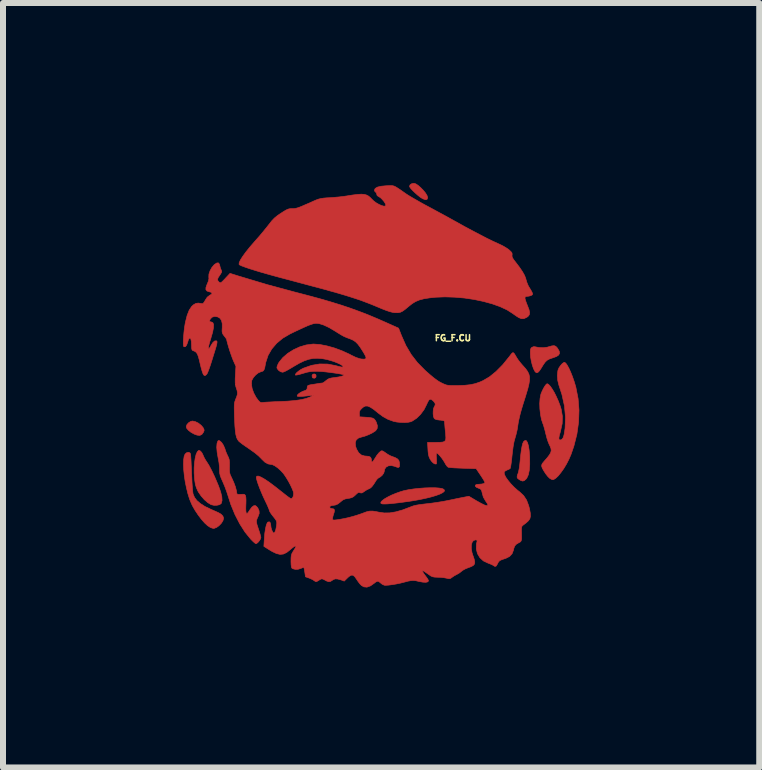
<source format=kicad_pcb>
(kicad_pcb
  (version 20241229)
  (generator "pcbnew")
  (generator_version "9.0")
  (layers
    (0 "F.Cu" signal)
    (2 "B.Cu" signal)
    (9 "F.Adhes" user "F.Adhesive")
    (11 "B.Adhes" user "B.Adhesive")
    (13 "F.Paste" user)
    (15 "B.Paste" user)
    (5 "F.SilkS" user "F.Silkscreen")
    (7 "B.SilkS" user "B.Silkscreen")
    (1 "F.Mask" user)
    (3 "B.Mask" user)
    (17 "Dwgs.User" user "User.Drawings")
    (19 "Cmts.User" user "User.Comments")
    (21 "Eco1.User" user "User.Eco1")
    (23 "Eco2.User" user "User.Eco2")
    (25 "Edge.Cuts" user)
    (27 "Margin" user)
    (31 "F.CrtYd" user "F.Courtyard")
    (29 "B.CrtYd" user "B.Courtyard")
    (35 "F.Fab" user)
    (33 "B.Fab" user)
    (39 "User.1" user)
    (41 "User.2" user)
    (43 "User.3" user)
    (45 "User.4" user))
  (footprint "FG_F.CU"
    (layer "F.Cu")
    (at 3.254 4.437)
    (property "Reference" "FG_F.CU" (at 1.245 -1.854 0) (layer "F.SilkS") (effects (font (size 0.1 0.1) (thickness 0.025))))
    (attr board_only exclude_from_pos_files exclude_from_bom)
    (fp_poly (pts (xy -1.041 -1.244) (xy -1.035 -1.219) (xy -1.042 -1.193) (xy -1.064 -1.183) (xy -1.09 -1.188) (xy -1.1 -1.199) (xy -1.103 -1.231) (xy -1.088 -1.251) (xy -1.064 -1.255) (xy -1.041 -1.244)) (stroke (width 0.01) (type solid)) (fill yes) (layer "F.Cu"))
    (fp_poly (pts (xy -3.049 -0.46) (xy -2.998 -0.435) (xy -2.952 -0.399) (xy -2.921 -0.363) (xy -2.905 -0.333) (xy -2.902 -0.311) (xy -2.911 -0.287) (xy -2.914 -0.282) (xy -2.94 -0.246) (xy -2.975 -0.23) (xy -3.02 -0.235) (xy -3.067 -0.252) (xy -3.121 -0.282) (xy -3.164 -0.316) (xy -3.192 -0.349) (xy -3.2 -0.374) (xy -3.189 -0.409) (xy -3.161 -0.441) (xy -3.124 -0.464) (xy -3.095 -0.47) (xy -3.049 -0.46)) (stroke (width 0.01) (type solid)) (fill yes) (layer "F.Cu"))
    (fp_poly (pts (xy 0.625 -4.423) (xy 0.665 -4.397) (xy 0.708 -4.359) (xy 0.75 -4.316) (xy 0.787 -4.271) (xy 0.813 -4.229) (xy 0.823 -4.195) (xy 0.823 -4.189) (xy 0.813 -4.164) (xy 0.789 -4.158) (xy 0.75 -4.171) (xy 0.734 -4.179) (xy 0.699 -4.201) (xy 0.658 -4.234) (xy 0.615 -4.272) (xy 0.575 -4.31) (xy 0.543 -4.345) (xy 0.524 -4.372) (xy 0.521 -4.383) (xy 0.532 -4.408) (xy 0.56 -4.426) (xy 0.594 -4.432) (xy 0.625 -4.423)) (stroke (width 0.01) (type solid)) (fill yes) (layer "F.Cu"))
    (fp_poly (pts (xy 2.47 -0.141) (xy 2.488 -0.11) (xy 2.503 -0.058) (xy 2.515 0.017) (xy 2.523 0.111) (xy 2.524 0.134) (xy 2.525 0.251) (xy 2.518 0.348) (xy 2.502 0.425) (xy 2.477 0.48) (xy 2.463 0.498) (xy 2.433 0.524) (xy 2.407 0.531) (xy 2.375 0.521) (xy 2.353 0.508) (xy 2.325 0.488) (xy 2.314 0.466) (xy 2.318 0.436) (xy 2.331 0.401) (xy 2.34 0.369) (xy 2.35 0.319) (xy 2.358 0.259) (xy 2.363 0.212) (xy 2.374 0.101) (xy 2.385 0.014) (xy 2.397 -0.052) (xy 2.409 -0.098) (xy 2.423 -0.127) (xy 2.425 -0.13) (xy 2.449 -0.147) (xy 2.47 -0.141)) (stroke (width 0.01) (type solid)) (fill yes) (layer "F.Cu"))
    (fp_poly (pts (xy 0.945 0.642) (xy 1.013 0.647) (xy 1.063 0.655) (xy 1.083 0.663) (xy 1.104 0.681) (xy 1.101 0.701) (xy 1.076 0.723) (xy 1.031 0.746) (xy 0.967 0.77) (xy 0.887 0.794) (xy 0.79 0.818) (xy 0.681 0.841) (xy 0.559 0.862) (xy 0.426 0.881) (xy 0.318 0.895) (xy 0.226 0.905) (xy 0.157 0.911) (xy 0.107 0.913) (xy 0.073 0.912) (xy 0.053 0.907) (xy 0.043 0.899) (xy 0.045 0.88) (xy 0.068 0.855) (xy 0.107 0.826) (xy 0.161 0.795) (xy 0.224 0.764) (xy 0.294 0.735) (xy 0.367 0.709) (xy 0.427 0.691) (xy 0.503 0.675) (xy 0.59 0.662) (xy 0.682 0.652) (xy 0.775 0.645) (xy 0.864 0.642) (xy 0.945 0.642)) (stroke (width 0.01) (type solid)) (fill yes) (layer "F.Cu"))
    (fp_poly (pts (xy 2.959 -1.715) (xy 2.983 -1.69) (xy 2.99 -1.68) (xy 3.016 -1.635) (xy 3.022 -1.599) (xy 3.007 -1.57) (xy 2.97 -1.545) (xy 2.909 -1.523) (xy 2.894 -1.518) (xy 2.849 -1.502) (xy 2.812 -1.481) (xy 2.78 -1.449) (xy 2.747 -1.402) (xy 2.72 -1.357) (xy 2.687 -1.307) (xy 2.661 -1.28) (xy 2.639 -1.274) (xy 2.617 -1.289) (xy 2.611 -1.298) (xy 2.589 -1.34) (xy 2.568 -1.4) (xy 2.551 -1.468) (xy 2.539 -1.537) (xy 2.535 -1.59) (xy 2.535 -1.639) (xy 2.539 -1.669) (xy 2.549 -1.687) (xy 2.559 -1.697) (xy 2.589 -1.709) (xy 2.61 -1.708) (xy 2.679 -1.695) (xy 2.752 -1.692) (xy 2.819 -1.701) (xy 2.839 -1.707) (xy 2.893 -1.722) (xy 2.931 -1.726) (xy 2.959 -1.715)) (stroke (width 0.01) (type solid)) (fill yes) (layer "F.Cu"))
    (fp_poly (pts (xy -2.978 0.022) (xy -2.963 0.031) (xy -2.941 0.056) (xy -2.922 0.092) (xy -2.92 0.098) (xy -2.903 0.136) (xy -2.878 0.181) (xy -2.863 0.203) (xy -2.822 0.268) (xy -2.776 0.355) (xy -2.726 0.46) (xy -2.676 0.578) (xy -2.662 0.611) (xy -2.627 0.71) (xy -2.607 0.791) (xy -2.603 0.853) (xy -2.614 0.898) (xy -2.62 0.907) (xy -2.647 0.925) (xy -2.688 0.934) (xy -2.737 0.935) (xy -2.782 0.925) (xy -2.791 0.921) (xy -2.843 0.889) (xy -2.898 0.841) (xy -2.95 0.782) (xy -2.994 0.719) (xy -3.009 0.692) (xy -3.032 0.639) (xy -3.048 0.586) (xy -3.058 0.522) (xy -3.062 0.486) (xy -3.068 0.398) (xy -3.068 0.31) (xy -3.062 0.225) (xy -3.051 0.149) (xy -3.036 0.087) (xy -3.017 0.045) (xy -3.012 0.038) (xy -2.994 0.02) (xy -2.978 0.022)) (stroke (width 0.01) (type solid)) (fill yes) (layer "F.Cu"))
    (fp_poly (pts (xy -3.14 0.06) (xy -3.131 0.073) (xy -3.127 0.092) (xy -3.124 0.132) (xy -3.12 0.19) (xy -3.117 0.261) (xy -3.113 0.343) (xy -3.111 0.394) (xy -3.107 0.482) (xy -3.103 0.564) (xy -3.098 0.637) (xy -3.093 0.695) (xy -3.088 0.734) (xy -3.086 0.746) (xy -3.062 0.803) (xy -3.022 0.856) (xy -2.965 0.905) (xy -2.888 0.954) (xy -2.788 1.002) (xy -2.729 1.028) (xy -2.662 1.058) (xy -2.617 1.085) (xy -2.59 1.113) (xy -2.579 1.143) (xy -2.578 1.156) (xy -2.589 1.193) (xy -2.616 1.235) (xy -2.654 1.274) (xy -2.695 1.304) (xy -2.735 1.319) (xy -2.746 1.32) (xy -2.768 1.315) (xy -2.8 1.303) (xy -2.8 1.303) (xy -2.843 1.275) (xy -2.893 1.229) (xy -2.946 1.169) (xy -3 1.098) (xy -3.051 1.022) (xy -3.096 0.944) (xy -3.112 0.91) (xy -3.144 0.833) (xy -3.172 0.743) (xy -3.196 0.645) (xy -3.217 0.544) (xy -3.232 0.442) (xy -3.242 0.345) (xy -3.246 0.256) (xy -3.244 0.18) (xy -3.235 0.119) (xy -3.22 0.082) (xy -3.195 0.059) (xy -3.165 0.051) (xy -3.14 0.06)) (stroke (width 0.01) (type solid)) (fill yes) (layer "F.Cu"))
    (fp_poly (pts (xy -2.641 -0.139) (xy -2.61 -0.112) (xy -2.58 -0.066) (xy -2.556 -0.01) (xy -2.551 0.006) (xy -2.537 0.048) (xy -2.516 0.096) (xy -2.507 0.114) (xy -2.492 0.147) (xy -2.483 0.178) (xy -2.479 0.217) (xy -2.479 0.27) (xy -2.479 0.287) (xy -2.48 0.344) (xy -2.477 0.384) (xy -2.47 0.417) (xy -2.455 0.451) (xy -2.443 0.476) (xy -2.408 0.553) (xy -2.38 0.628) (xy -2.363 0.694) (xy -2.36 0.718) (xy -2.356 0.74) (xy -2.347 0.75) (xy -2.326 0.753) (xy -2.289 0.752) (xy -2.25 0.75) (xy -2.228 0.754) (xy -2.216 0.767) (xy -2.211 0.779) (xy -2.206 0.806) (xy -2.204 0.85) (xy -2.205 0.903) (xy -2.206 0.924) (xy -2.208 0.985) (xy -2.206 1.032) (xy -2.201 1.06) (xy -2.2 1.061) (xy -2.192 1.071) (xy -2.181 1.068) (xy -2.165 1.049) (xy -2.141 1.012) (xy -2.105 0.964) (xy -2.073 0.941) (xy -2.044 0.941) (xy -2.017 0.966) (xy -2.006 0.981) (xy -1.986 1.027) (xy -1.984 1.07) (xy -2.002 1.12) (xy -2.007 1.13) (xy -2.021 1.162) (xy -2.029 1.189) (xy -2.029 1.218) (xy -2.021 1.256) (xy -2.004 1.308) (xy -1.994 1.338) (xy -1.977 1.389) (xy -1.964 1.434) (xy -1.957 1.465) (xy -1.956 1.472) (xy -1.964 1.498) (xy -1.984 1.529) (xy -2.008 1.557) (xy -2.031 1.573) (xy -2.038 1.575) (xy -2.054 1.566) (xy -2.081 1.543) (xy -2.115 1.509) (xy -2.125 1.499) (xy -2.22 1.382) (xy -2.308 1.244) (xy -2.388 1.089) (xy -2.457 0.921) (xy -2.502 0.781) (xy -2.525 0.71) (xy -2.553 0.633) (xy -2.583 0.561) (xy -2.593 0.538) (xy -2.618 0.482) (xy -2.634 0.439) (xy -2.642 0.402) (xy -2.645 0.362) (xy -2.645 0.343) (xy -2.647 0.29) (xy -2.654 0.225) (xy -2.665 0.161) (xy -2.668 0.149) (xy -2.685 0.051) (xy -2.692 -0.032) (xy -2.687 -0.096) (xy -2.68 -0.12) (xy -2.668 -0.143) (xy -2.653 -0.145) (xy -2.641 -0.139)) (stroke (width 0.01) (type solid)) (fill yes) (layer "F.Cu"))
    (fp_poly (pts (xy 3.124 -1.436) (xy 3.148 -1.403) (xy 3.176 -1.353) (xy 3.206 -1.288) (xy 3.236 -1.213) (xy 3.265 -1.13) (xy 3.291 -1.043) (xy 3.295 -1.026) (xy 3.331 -0.842) (xy 3.346 -0.649) (xy 3.339 -0.451) (xy 3.311 -0.251) (xy 3.261 -0.053) (xy 3.214 0.084) (xy 3.179 0.166) (xy 3.138 0.246) (xy 3.093 0.321) (xy 3.046 0.387) (xy 3.001 0.443) (xy 2.959 0.483) (xy 2.924 0.505) (xy 2.909 0.508) (xy 2.883 0.5) (xy 2.855 0.483) (xy 2.826 0.454) (xy 2.792 0.411) (xy 2.761 0.363) (xy 2.736 0.319) (xy 2.725 0.289) (xy 2.724 0.264) (xy 2.734 0.239) (xy 2.76 0.207) (xy 2.766 0.2) (xy 2.818 0.14) (xy 2.854 0.093) (xy 2.875 0.055) (xy 2.883 0.021) (xy 2.878 -0.014) (xy 2.862 -0.054) (xy 2.85 -0.078) (xy 2.832 -0.121) (xy 2.813 -0.178) (xy 2.797 -0.24) (xy 2.792 -0.258) (xy 2.778 -0.317) (xy 2.762 -0.374) (xy 2.748 -0.418) (xy 2.743 -0.429) (xy 2.72 -0.497) (xy 2.704 -0.581) (xy 2.694 -0.672) (xy 2.691 -0.763) (xy 2.697 -0.846) (xy 2.71 -0.914) (xy 2.712 -0.921) (xy 2.731 -0.967) (xy 2.754 -1.014) (xy 2.778 -1.054) (xy 2.8 -1.082) (xy 2.815 -1.092) (xy 2.838 -1.081) (xy 2.868 -1.049) (xy 2.901 -1.001) (xy 2.937 -0.941) (xy 2.971 -0.871) (xy 3.004 -0.797) (xy 3.032 -0.722) (xy 3.049 -0.667) (xy 3.069 -0.549) (xy 3.066 -0.428) (xy 3.038 -0.301) (xy 3.036 -0.292) (xy 3.018 -0.23) (xy 3.011 -0.188) (xy 3.013 -0.164) (xy 3.026 -0.154) (xy 3.038 -0.155) (xy 3.062 -0.165) (xy 3.081 -0.191) (xy 3.096 -0.236) (xy 3.107 -0.301) (xy 3.114 -0.351) (xy 3.121 -0.532) (xy 3.104 -0.719) (xy 3.062 -0.91) (xy 3.011 -1.067) (xy 2.992 -1.144) (xy 2.985 -1.227) (xy 2.993 -1.304) (xy 2.997 -1.321) (xy 3.013 -1.358) (xy 3.039 -1.395) (xy 3.067 -1.427) (xy 3.094 -1.446) (xy 3.104 -1.448) (xy 3.124 -1.436)) (stroke (width 0.01) (type solid)) (fill yes) (layer "F.Cu"))
    (fp_poly (pts (xy 0.239 -4.392) (xy 0.264 -4.386) (xy 0.291 -4.373) (xy 0.325 -4.352) (xy 0.37 -4.322) (xy 0.43 -4.28) (xy 0.461 -4.258) (xy 0.501 -4.232) (xy 0.559 -4.197) (xy 0.629 -4.157) (xy 0.707 -4.112) (xy 0.789 -4.067) (xy 0.821 -4.05) (xy 0.914 -4) (xy 1.015 -3.945) (xy 1.117 -3.89) (xy 1.213 -3.837) (xy 1.294 -3.792) (xy 1.302 -3.788) (xy 1.436 -3.713) (xy 1.567 -3.643) (xy 1.691 -3.578) (xy 1.804 -3.519) (xy 1.904 -3.47) (xy 1.987 -3.432) (xy 2.011 -3.421) (xy 2.068 -3.394) (xy 2.124 -3.362) (xy 2.169 -3.332) (xy 2.18 -3.323) (xy 2.213 -3.292) (xy 2.229 -3.27) (xy 2.232 -3.248) (xy 2.23 -3.237) (xy 2.23 -3.214) (xy 2.238 -3.19) (xy 2.259 -3.157) (xy 2.287 -3.121) (xy 2.354 -3.033) (xy 2.404 -2.959) (xy 2.439 -2.897) (xy 2.459 -2.845) (xy 2.463 -2.828) (xy 2.478 -2.778) (xy 2.499 -2.728) (xy 2.508 -2.711) (xy 2.54 -2.659) (xy 2.56 -2.623) (xy 2.57 -2.6) (xy 2.573 -2.586) (xy 2.569 -2.577) (xy 2.565 -2.572) (xy 2.544 -2.56) (xy 2.509 -2.551) (xy 2.498 -2.55) (xy 2.464 -2.546) (xy 2.449 -2.537) (xy 2.446 -2.519) (xy 2.446 -2.515) (xy 2.452 -2.488) (xy 2.466 -2.447) (xy 2.485 -2.398) (xy 2.49 -2.386) (xy 2.514 -2.323) (xy 2.523 -2.275) (xy 2.517 -2.24) (xy 2.495 -2.212) (xy 2.473 -2.197) (xy 2.427 -2.176) (xy 2.385 -2.176) (xy 2.343 -2.193) (xy 2.312 -2.212) (xy 2.271 -2.24) (xy 2.241 -2.262) (xy 2.147 -2.322) (xy 2.031 -2.376) (xy 1.899 -2.423) (xy 1.753 -2.463) (xy 1.597 -2.496) (xy 1.436 -2.52) (xy 1.273 -2.534) (xy 1.111 -2.539) (xy 0.955 -2.533) (xy 0.86 -2.523) (xy 0.764 -2.508) (xy 0.687 -2.488) (xy 0.622 -2.461) (xy 0.562 -2.424) (xy 0.502 -2.376) (xy 0.447 -2.33) (xy 0.405 -2.3) (xy 0.367 -2.282) (xy 0.329 -2.275) (xy 0.284 -2.276) (xy 0.273 -2.276) (xy 0.235 -2.282) (xy 0.189 -2.294) (xy 0.133 -2.313) (xy 0.061 -2.341) (xy -0.013 -2.372) (xy -0.085 -2.402) (xy -0.155 -2.43) (xy -0.226 -2.457) (xy -0.298 -2.484) (xy -0.376 -2.51) (xy -0.46 -2.537) (xy -0.553 -2.566) (xy -0.657 -2.597) (xy -0.774 -2.63) (xy -0.906 -2.667) (xy -1.056 -2.707) (xy -1.225 -2.752) (xy -1.415 -2.803) (xy -1.505 -2.827) (xy -1.66 -2.868) (xy -1.802 -2.907) (xy -1.93 -2.943) (xy -2.043 -2.977) (xy -2.139 -3.007) (xy -2.216 -3.033) (xy -2.273 -3.054) (xy -2.308 -3.07) (xy -2.319 -3.079) (xy -2.318 -3.107) (xy -2.298 -3.152) (xy -2.261 -3.211) (xy -2.209 -3.283) (xy -2.14 -3.369) (xy -2.057 -3.465) (xy -2.033 -3.492) (xy -1.979 -3.553) (xy -1.923 -3.62) (xy -1.871 -3.684) (xy -1.829 -3.737) (xy -1.822 -3.746) (xy -1.774 -3.807) (xy -1.73 -3.853) (xy -1.681 -3.893) (xy -1.642 -3.92) (xy -1.585 -3.957) (xy -1.544 -3.982) (xy -1.513 -3.998) (xy -1.487 -4.006) (xy -1.46 -4.01) (xy -1.428 -4.01) (xy -1.404 -4.011) (xy -1.381 -4.014) (xy -1.354 -4.02) (xy -1.32 -4.031) (xy -1.277 -4.048) (xy -1.22 -4.073) (xy -1.145 -4.105) (xy -1.079 -4.135) (xy -1.033 -4.155) (xy -0.994 -4.169) (xy -0.956 -4.178) (xy -0.912 -4.185) (xy -0.854 -4.19) (xy -0.806 -4.192) (xy -0.73 -4.198) (xy -0.65 -4.205) (xy -0.577 -4.214) (xy -0.527 -4.221) (xy -0.425 -4.237) (xy -0.344 -4.247) (xy -0.281 -4.251) (xy -0.232 -4.247) (xy -0.193 -4.236) (xy -0.16 -4.218) (xy -0.129 -4.191) (xy -0.113 -4.174) (xy -0.076 -4.138) (xy -0.033 -4.106) (xy 0.013 -4.08) (xy 0.056 -4.061) (xy 0.093 -4.051) (xy 0.118 -4.053) (xy 0.127 -4.068) (xy 0.118 -4.094) (xy 0.096 -4.129) (xy 0.066 -4.164) (xy 0.035 -4.194) (xy 0.011 -4.208) (xy -0.018 -4.227) (xy -0.025 -4.25) (xy -0.033 -4.275) (xy -0.044 -4.284) (xy -0.06 -4.302) (xy -0.064 -4.317) (xy -0.051 -4.346) (xy -0.015 -4.368) (xy 0.046 -4.383) (xy 0.13 -4.391) (xy 0.14 -4.391) (xy 0.181 -4.393) (xy 0.213 -4.394) (xy 0.239 -4.392)) (stroke (width 0.01) (type solid)) (fill yes) (layer "F.Cu"))
    (fp_poly (pts (xy -2.647 -3.084) (xy -2.641 -3.061) (xy -2.631 -3.021) (xy -2.617 -2.986) (xy -2.617 -2.986) (xy -2.609 -2.966) (xy -2.612 -2.947) (xy -2.628 -2.92) (xy -2.64 -2.902) (xy -2.668 -2.86) (xy -2.678 -2.831) (xy -2.672 -2.807) (xy -2.654 -2.787) (xy -2.641 -2.777) (xy -2.629 -2.774) (xy -2.614 -2.782) (xy -2.59 -2.804) (xy -2.555 -2.84) (xy -2.549 -2.847) (xy -2.47 -2.931) (xy -2.33 -2.887) (xy -1.853 -2.744) (xy -1.397 -2.621) (xy -1.175 -2.563) (xy -0.975 -2.509) (xy -0.793 -2.456) (xy -0.624 -2.404) (xy -0.466 -2.351) (xy -0.315 -2.296) (xy -0.167 -2.239) (xy -0.019 -2.177) (xy 0.127 -2.113) (xy 0.339 -2.018) (xy 0.387 -1.895) (xy 0.461 -1.728) (xy 0.549 -1.579) (xy 0.653 -1.444) (xy 0.778 -1.317) (xy 0.792 -1.304) (xy 0.863 -1.242) (xy 0.92 -1.194) (xy 0.968 -1.158) (xy 1.01 -1.129) (xy 1.053 -1.106) (xy 1.075 -1.095) (xy 1.107 -1.081) (xy 1.135 -1.071) (xy 1.166 -1.065) (xy 1.205 -1.062) (xy 1.258 -1.061) (xy 1.321 -1.061) (xy 1.435 -1.065) (xy 1.531 -1.075) (xy 1.616 -1.093) (xy 1.697 -1.121) (xy 1.748 -1.144) (xy 1.855 -1.207) (xy 1.963 -1.295) (xy 2.074 -1.407) (xy 2.185 -1.544) (xy 2.191 -1.552) (xy 2.219 -1.589) (xy 2.238 -1.608) (xy 2.254 -1.608) (xy 2.271 -1.589) (xy 2.295 -1.549) (xy 2.305 -1.531) (xy 2.331 -1.491) (xy 2.368 -1.443) (xy 2.409 -1.395) (xy 2.416 -1.388) (xy 2.459 -1.339) (xy 2.49 -1.295) (xy 2.511 -1.252) (xy 2.522 -1.206) (xy 2.522 -1.152) (xy 2.512 -1.088) (xy 2.493 -1.009) (xy 2.464 -0.912) (xy 2.451 -0.869) (xy 2.414 -0.753) (xy 2.385 -0.657) (xy 2.363 -0.576) (xy 2.347 -0.507) (xy 2.334 -0.444) (xy 2.325 -0.385) (xy 2.325 -0.381) (xy 2.314 -0.316) (xy 2.297 -0.245) (xy 2.281 -0.189) (xy 2.263 -0.124) (xy 2.248 -0.041) (xy 2.235 0.063) (xy 2.23 0.107) (xy 2.223 0.176) (xy 2.215 0.237) (xy 2.208 0.285) (xy 2.201 0.315) (xy 2.198 0.322) (xy 2.177 0.335) (xy 2.145 0.348) (xy 2.143 0.349) (xy 2.109 0.368) (xy 2.098 0.39) (xy 2.104 0.422) (xy 2.126 0.467) (xy 2.163 0.519) (xy 2.21 0.576) (xy 2.264 0.632) (xy 2.323 0.685) (xy 2.359 0.713) (xy 2.423 0.773) (xy 2.472 0.847) (xy 2.507 0.94) (xy 2.521 0.992) (xy 2.534 1.063) (xy 2.537 1.117) (xy 2.527 1.159) (xy 2.501 1.195) (xy 2.458 1.233) (xy 2.419 1.262) (xy 2.402 1.276) (xy 2.392 1.291) (xy 2.388 1.316) (xy 2.387 1.355) (xy 2.388 1.383) (xy 2.389 1.447) (xy 2.389 1.49) (xy 2.385 1.518) (xy 2.377 1.536) (xy 2.362 1.549) (xy 2.34 1.56) (xy 2.337 1.562) (xy 2.298 1.586) (xy 2.274 1.615) (xy 2.259 1.656) (xy 2.254 1.681) (xy 2.231 1.741) (xy 2.189 1.787) (xy 2.126 1.819) (xy 2.11 1.824) (xy 2.059 1.841) (xy 2.025 1.857) (xy 2.004 1.879) (xy 1.987 1.911) (xy 1.985 1.915) (xy 1.967 1.946) (xy 1.946 1.954) (xy 1.92 1.939) (xy 1.919 1.938) (xy 1.896 1.925) (xy 1.858 1.909) (xy 1.829 1.898) (xy 1.753 1.862) (xy 1.694 1.808) (xy 1.654 1.741) (xy 1.634 1.664) (xy 1.636 1.58) (xy 1.646 1.54) (xy 1.648 1.519) (xy 1.633 1.512) (xy 1.621 1.511) (xy 1.587 1.522) (xy 1.564 1.553) (xy 1.552 1.599) (xy 1.551 1.658) (xy 1.563 1.724) (xy 1.576 1.765) (xy 1.599 1.832) (xy 1.609 1.88) (xy 1.604 1.914) (xy 1.582 1.939) (xy 1.543 1.959) (xy 1.499 1.975) (xy 1.452 1.994) (xy 1.409 2.018) (xy 1.391 2.032) (xy 1.353 2.062) (xy 1.312 2.086) (xy 1.308 2.088) (xy 1.267 2.11) (xy 1.23 2.135) (xy 1.229 2.136) (xy 1.205 2.153) (xy 1.183 2.158) (xy 1.152 2.153) (xy 1.136 2.149) (xy 1.092 2.141) (xy 1.037 2.135) (xy 0.992 2.134) (xy 0.942 2.132) (xy 0.908 2.126) (xy 0.877 2.113) (xy 0.843 2.089) (xy 0.805 2.063) (xy 0.774 2.041) (xy 0.759 2.032) (xy 0.74 2.025) (xy 0.738 2.035) (xy 0.751 2.061) (xy 0.779 2.1) (xy 0.787 2.111) (xy 0.814 2.147) (xy 0.832 2.177) (xy 0.838 2.192) (xy 0.827 2.21) (xy 0.795 2.218) (xy 0.746 2.216) (xy 0.682 2.205) (xy 0.678 2.204) (xy 0.628 2.192) (xy 0.586 2.188) (xy 0.545 2.19) (xy 0.496 2.199) (xy 0.432 2.216) (xy 0.369 2.232) (xy 0.301 2.246) (xy 0.234 2.257) (xy 0.174 2.265) (xy 0.127 2.268) (xy 0.102 2.267) (xy 0.068 2.252) (xy 0.037 2.228) (xy 0.01 2.205) (xy -0.014 2.2) (xy -0.042 2.214) (xy -0.066 2.233) (xy -0.13 2.278) (xy -0.188 2.299) (xy -0.24 2.294) (xy -0.281 2.27) (xy -0.306 2.244) (xy -0.336 2.205) (xy -0.36 2.169) (xy -0.393 2.122) (xy -0.422 2.1) (xy -0.452 2.1) (xy -0.487 2.121) (xy -0.515 2.147) (xy -0.567 2.198) (xy -0.621 2.178) (xy -0.677 2.163) (xy -0.718 2.161) (xy -0.752 2.175) (xy -0.765 2.184) (xy -0.797 2.204) (xy -0.827 2.208) (xy -0.864 2.195) (xy -0.889 2.181) (xy -0.923 2.164) (xy -0.945 2.161) (xy -0.965 2.169) (xy -0.997 2.189) (xy -1.015 2.2) (xy -1.038 2.208) (xy -1.059 2.197) (xy -1.065 2.193) (xy -1.091 2.175) (xy -1.131 2.156) (xy -1.151 2.148) (xy -1.213 2.126) (xy -1.224 2.051) (xy -1.231 2.01) (xy -1.237 1.98) (xy -1.24 1.97) (xy -1.252 1.972) (xy -1.279 1.982) (xy -1.29 1.987) (xy -1.336 2.001) (xy -1.384 2.002) (xy -1.424 1.992) (xy -1.44 1.981) (xy -1.447 1.962) (xy -1.452 1.925) (xy -1.454 1.876) (xy -1.454 1.863) (xy -1.453 1.809) (xy -1.449 1.771) (xy -1.44 1.741) (xy -1.423 1.71) (xy -1.413 1.694) (xy -1.391 1.659) (xy -1.376 1.632) (xy -1.372 1.621) (xy -1.38 1.612) (xy -1.403 1.623) (xy -1.441 1.652) (xy -1.469 1.676) (xy -1.526 1.721) (xy -1.58 1.747) (xy -1.635 1.753) (xy -1.696 1.739) (xy -1.766 1.706) (xy -1.808 1.681) (xy -1.906 1.619) (xy -1.899 1.499) (xy -1.891 1.402) (xy -1.879 1.323) (xy -1.865 1.263) (xy -1.849 1.225) (xy -1.838 1.214) (xy -1.814 1.21) (xy -1.798 1.228) (xy -1.791 1.266) (xy -1.791 1.274) (xy -1.786 1.308) (xy -1.775 1.346) (xy -1.76 1.378) (xy -1.745 1.396) (xy -1.74 1.397) (xy -1.725 1.385) (xy -1.71 1.351) (xy -1.699 1.298) (xy -1.694 1.266) (xy -1.691 1.233) (xy -1.693 1.208) (xy -1.703 1.184) (xy -1.724 1.154) (xy -1.751 1.12) (xy -1.782 1.08) (xy -1.805 1.044) (xy -1.816 1.021) (xy -1.816 1.017) (xy -1.822 0.997) (xy -1.833 0.969) (xy -0.81 0.969) (xy -0.796 0.984) (xy -0.767 0.991) (xy -0.74 0.996) (xy -0.729 1.015) (xy -0.734 1.051) (xy -0.743 1.078) (xy -0.755 1.118) (xy -0.761 1.151) (xy -0.762 1.159) (xy -0.76 1.173) (xy -0.75 1.179) (xy -0.726 1.18) (xy -0.687 1.176) (xy -0.641 1.169) (xy -0.58 1.158) (xy -0.515 1.144) (xy -0.486 1.137) (xy -0.418 1.119) (xy -0.346 1.097) (xy -0.281 1.075) (xy -0.262 1.068) (xy -0.198 1.044) (xy -0.145 1.032) (xy -0.093 1.031) (xy -0.033 1.04) (xy 0.009 1.049) (xy 0.098 1.062) (xy 0.191 1.061) (xy 0.293 1.044) (xy 0.406 1.012) (xy 0.535 0.963) (xy 0.54 0.961) (xy 0.583 0.945) (xy 0.636 0.932) (xy 0.703 0.921) (xy 0.788 0.911) (xy 0.806 0.909) (xy 0.891 0.899) (xy 0.982 0.886) (xy 1.07 0.872) (xy 1.144 0.858) (xy 1.149 0.857) (xy 1.222 0.842) (xy 1.297 0.826) (xy 1.366 0.812) (xy 1.406 0.804) (xy 1.511 0.784) (xy 1.642 0.862) (xy 1.716 0.903) (xy 1.771 0.93) (xy 1.808 0.94) (xy 1.826 0.936) (xy 1.824 0.916) (xy 1.802 0.881) (xy 1.789 0.863) (xy 1.752 0.799) (xy 1.735 0.74) (xy 1.725 0.698) (xy 1.714 0.674) (xy 1.697 0.66) (xy 1.679 0.653) (xy 1.637 0.635) (xy 1.617 0.615) (xy 1.619 0.598) (xy 1.643 0.587) (xy 1.674 0.584) (xy 1.726 0.58) (xy 1.762 0.571) (xy 1.777 0.557) (xy 1.778 0.554) (xy 1.771 0.538) (xy 1.753 0.506) (xy 1.726 0.464) (xy 1.705 0.432) (xy 1.632 0.324) (xy 1.41 0.317) (xy 1.336 0.314) (xy 1.269 0.311) (xy 1.216 0.307) (xy 1.179 0.303) (xy 1.165 0.3) (xy 1.146 0.283) (xy 1.123 0.251) (xy 1.112 0.23) (xy 1.088 0.19) (xy 1.058 0.147) (xy 1.027 0.109) (xy 0.999 0.079) (xy 0.979 0.064) (xy 0.975 0.064) (xy 0.968 0.076) (xy 0.967 0.112) (xy 0.97 0.152) (xy 0.972 0.196) (xy 0.972 0.23) (xy 0.968 0.246) (xy 0.968 0.246) (xy 0.945 0.246) (xy 0.916 0.229) (xy 0.886 0.198) (xy 0.864 0.165) (xy 0.847 0.128) (xy 0.836 0.086) (xy 0.83 0.032) (xy 0.828 -0.003) (xy 0.822 -0.114) (xy 0.955 -0.114) (xy 1.026 -0.115) (xy 1.075 -0.119) (xy 1.106 -0.13) (xy 1.122 -0.152) (xy 1.127 -0.188) (xy 1.124 -0.244) (xy 1.119 -0.294) (xy 1.113 -0.354) (xy 1.109 -0.405) (xy 1.106 -0.443) (xy 1.105 -0.46) (xy 1.099 -0.472) (xy 1.077 -0.479) (xy 1.036 -0.485) (xy 1.027 -0.485) (xy 0.976 -0.492) (xy 0.945 -0.503) (xy 0.932 -0.515) (xy 0.92 -0.545) (xy 0.915 -0.59) (xy 0.916 -0.639) (xy 0.923 -0.682) (xy 0.933 -0.706) (xy 0.95 -0.738) (xy 0.946 -0.768) (xy 0.92 -0.801) (xy 0.914 -0.807) (xy 0.886 -0.829) (xy 0.863 -0.833) (xy 0.843 -0.817) (xy 0.822 -0.78) (xy 0.807 -0.746) (xy 0.763 -0.659) (xy 0.705 -0.581) (xy 0.639 -0.516) (xy 0.569 -0.47) (xy 0.542 -0.458) (xy 0.499 -0.449) (xy 0.44 -0.445) (xy 0.374 -0.447) (xy 0.309 -0.453) (xy 0.254 -0.465) (xy 0.253 -0.465) (xy 0.16 -0.499) (xy 0.076 -0.546) (xy -0.009 -0.609) (xy -0.014 -0.614) (xy -0.08 -0.667) (xy -0.133 -0.701) (xy -0.175 -0.719) (xy -0.212 -0.72) (xy -0.245 -0.705) (xy -0.275 -0.68) (xy -0.303 -0.649) (xy -0.314 -0.622) (xy -0.315 -0.588) (xy -0.315 -0.588) (xy -0.311 -0.54) (xy -0.202 -0.533) (xy -0.14 -0.528) (xy -0.098 -0.52) (xy -0.069 -0.505) (xy -0.049 -0.481) (xy -0.033 -0.452) (xy -0.014 -0.393) (xy -0.018 -0.345) (xy -0.043 -0.308) (xy -0.046 -0.306) (xy -0.095 -0.274) (xy -0.158 -0.243) (xy -0.223 -0.218) (xy -0.275 -0.204) (xy -0.332 -0.185) (xy -0.368 -0.153) (xy -0.383 -0.107) (xy -0.377 -0.048) (xy -0.362 -0.003) (xy -0.327 0.058) (xy -0.281 0.097) (xy -0.222 0.114) (xy -0.205 0.114) (xy -0.156 0.119) (xy -0.127 0.134) (xy -0.115 0.163) (xy -0.114 0.18) (xy -0.111 0.208) (xy -0.099 0.213) (xy -0.081 0.193) (xy -0.057 0.156) (xy -0.023 0.102) (xy 0.011 0.06) (xy 0.041 0.033) (xy 0.061 0.025) (xy 0.081 0.033) (xy 0.111 0.052) (xy 0.127 0.064) (xy 0.166 0.09) (xy 0.206 0.111) (xy 0.218 0.116) (xy 0.279 0.138) (xy 0.319 0.16) (xy 0.343 0.186) (xy 0.353 0.221) (xy 0.356 0.261) (xy 0.353 0.29) (xy 0.341 0.303) (xy 0.316 0.301) (xy 0.273 0.285) (xy 0.273 0.285) (xy 0.218 0.272) (xy 0.169 0.277) (xy 0.131 0.298) (xy 0.107 0.333) (xy 0.102 0.363) (xy 0.092 0.397) (xy 0.067 0.433) (xy 0.034 0.462) (xy 0.018 0.47) (xy -0.01 0.489) (xy -0.033 0.517) (xy -0.07 0.576) (xy -0.099 0.616) (xy -0.123 0.641) (xy -0.145 0.656) (xy -0.154 0.659) (xy -0.188 0.675) (xy -0.226 0.699) (xy -0.234 0.705) (xy -0.265 0.726) (xy -0.287 0.73) (xy -0.303 0.725) (xy -0.321 0.719) (xy -0.34 0.726) (xy -0.365 0.748) (xy -0.378 0.761) (xy -0.412 0.791) (xy -0.444 0.808) (xy -0.486 0.818) (xy -0.502 0.82) (xy -0.551 0.829) (xy -0.588 0.845) (xy -0.625 0.874) (xy -0.63 0.879) (xy -0.672 0.912) (xy -0.71 0.929) (xy -0.738 0.934) (xy -0.774 0.939) (xy -0.799 0.948) (xy -0.803 0.951) (xy -0.81 0.969) (xy -1.833 0.969) (xy -1.837 0.961) (xy -1.859 0.912) (xy -1.886 0.856) (xy -1.886 0.856) (xy -1.918 0.788) (xy -1.949 0.716) (xy -1.978 0.645) (xy -2.003 0.578) (xy -2.021 0.522) (xy -2.031 0.481) (xy -2.032 0.468) (xy -2.023 0.449) (xy -1.997 0.448) (xy -1.953 0.465) (xy -1.893 0.499) (xy -1.817 0.55) (xy -1.725 0.619) (xy -1.617 0.704) (xy -1.594 0.722) (xy -1.545 0.761) (xy -1.503 0.793) (xy -1.47 0.816) (xy -1.453 0.825) (xy -1.452 0.826) (xy -1.432 0.814) (xy -1.417 0.785) (xy -1.41 0.744) (xy -1.41 0.738) (xy -1.416 0.705) (xy -1.435 0.657) (xy -1.462 0.599) (xy -1.495 0.537) (xy -1.531 0.477) (xy -1.567 0.423) (xy -1.581 0.404) (xy -1.626 0.355) (xy -1.675 0.311) (xy -1.723 0.277) (xy -1.765 0.257) (xy -1.785 0.254) (xy -1.837 0.245) (xy -1.889 0.216) (xy -1.942 0.165) (xy -1.949 0.157) (xy -1.993 0.113) (xy -2.054 0.062) (xy -2.127 0.01) (xy -2.151 -0.007) (xy -2.207 -0.045) (xy -2.259 -0.081) (xy -2.299 -0.112) (xy -2.325 -0.134) (xy -2.326 -0.136) (xy -2.345 -0.162) (xy -2.361 -0.196) (xy -2.373 -0.243) (xy -2.382 -0.305) (xy -2.389 -0.384) (xy -2.394 -0.484) (xy -2.397 -0.546) (xy -2.399 -0.629) (xy -2.4 -0.691) (xy -2.399 -0.737) (xy -2.396 -0.77) (xy -2.39 -0.795) (xy -2.382 -0.817) (xy -2.382 -0.819) (xy -2.36 -0.873) (xy -2.348 -0.913) (xy -2.347 -0.947) (xy -2.354 -0.984) (xy -2.364 -1.013) (xy -2.375 -1.049) (xy -2.382 -1.082) (xy -2.382 -1.082) (xy -2.113 -1.082) (xy -2.102 -1.012) (xy -2.075 -0.937) (xy -2.036 -0.864) (xy -1.999 -0.814) (xy -1.973 -0.787) (xy -1.949 -0.778) (xy -1.925 -0.779) (xy -1.9 -0.782) (xy -1.854 -0.785) (xy -1.793 -0.788) (xy -1.722 -0.792) (xy -1.657 -0.794) (xy -1.509 -0.801) (xy -1.384 -0.812) (xy -1.281 -0.827) (xy -1.199 -0.847) (xy -1.137 -0.87) (xy -1.137 -0.87) (xy -1.073 -0.901) (xy -1.124 -0.895) (xy -1.211 -0.886) (xy -1.274 -0.88) (xy -1.318 -0.879) (xy -1.343 -0.882) (xy -1.351 -0.887) (xy -1.348 -0.902) (xy -1.327 -0.924) (xy -1.295 -0.946) (xy -1.258 -0.965) (xy -1.232 -0.974) (xy -1.201 -0.986) (xy -1.187 -1.005) (xy -1.184 -1.026) (xy -1.182 -1.043) (xy -1.178 -1.055) (xy -1.168 -1.063) (xy -1.148 -1.07) (xy -1.113 -1.077) (xy -1.06 -1.085) (xy -1.016 -1.092) (xy -0.972 -1.099) (xy -0.939 -1.103) (xy -0.924 -1.105) (xy -0.91 -1.113) (xy -0.885 -1.132) (xy -0.87 -1.144) (xy -0.843 -1.165) (xy -0.815 -1.179) (xy -0.777 -1.188) (xy -0.723 -1.195) (xy -0.663 -1.204) (xy -0.616 -1.214) (xy -0.585 -1.225) (xy -0.573 -1.235) (xy -0.574 -1.239) (xy -0.592 -1.246) (xy -0.629 -1.254) (xy -0.682 -1.263) (xy -0.745 -1.272) (xy -0.812 -1.281) (xy -0.88 -1.289) (xy -0.942 -1.295) (xy -0.994 -1.298) (xy -1.01 -1.299) (xy -1.079 -1.298) (xy -1.135 -1.293) (xy -1.189 -1.283) (xy -1.254 -1.264) (xy -1.254 -1.264) (xy -1.305 -1.249) (xy -1.347 -1.239) (xy -1.374 -1.235) (xy -1.38 -1.236) (xy -1.379 -1.251) (xy -1.361 -1.274) (xy -1.329 -1.301) (xy -1.29 -1.328) (xy -1.246 -1.351) (xy -1.246 -1.351) (xy -1.112 -1.398) (xy -0.976 -1.421) (xy -0.84 -1.419) (xy -0.707 -1.393) (xy -0.704 -1.392) (xy -0.656 -1.379) (xy -0.618 -1.371) (xy -0.595 -1.368) (xy -0.592 -1.369) (xy -0.587 -1.381) (xy -0.604 -1.398) (xy -0.637 -1.418) (xy -0.683 -1.439) (xy -0.739 -1.461) (xy -0.8 -1.48) (xy -0.863 -1.497) (xy -0.924 -1.508) (xy -0.938 -1.51) (xy -1.015 -1.516) (xy -1.087 -1.513) (xy -1.157 -1.499) (xy -1.231 -1.474) (xy -1.313 -1.435) (xy -1.407 -1.381) (xy -1.453 -1.353) (xy -1.503 -1.324) (xy -1.548 -1.3) (xy -1.581 -1.286) (xy -1.594 -1.283) (xy -1.629 -1.292) (xy -1.661 -1.315) (xy -1.684 -1.344) (xy -1.689 -1.364) (xy -1.682 -1.39) (xy -1.666 -1.427) (xy -1.653 -1.449) (xy -1.591 -1.526) (xy -1.509 -1.597) (xy -1.412 -1.658) (xy -1.308 -1.706) (xy -1.2 -1.738) (xy -1.094 -1.752) (xy -1.077 -1.753) (xy -0.972 -1.745) (xy -0.854 -1.722) (xy -0.729 -1.687) (xy -0.603 -1.64) (xy -0.482 -1.585) (xy -0.451 -1.568) (xy -0.374 -1.531) (xy -0.31 -1.509) (xy -0.284 -1.504) (xy -0.239 -1.501) (xy -0.213 -1.505) (xy -0.203 -1.519) (xy -0.209 -1.546) (xy -0.231 -1.588) (xy -0.258 -1.633) (xy -0.303 -1.703) (xy -0.342 -1.754) (xy -0.378 -1.79) (xy -0.416 -1.816) (xy -0.461 -1.836) (xy -0.471 -1.84) (xy -0.523 -1.859) (xy -0.57 -1.879) (xy -0.617 -1.905) (xy -0.673 -1.939) (xy -0.712 -1.964) (xy -0.818 -2.027) (xy -0.91 -2.07) (xy -0.986 -2.094) (xy -1.029 -2.098) (xy -1.054 -2.097) (xy -1.084 -2.091) (xy -1.121 -2.079) (xy -1.168 -2.062) (xy -1.227 -2.036) (xy -1.301 -2.002) (xy -1.393 -1.959) (xy -1.473 -1.92) (xy -1.592 -1.85) (xy -1.693 -1.766) (xy -1.775 -1.67) (xy -1.836 -1.564) (xy -1.874 -1.449) (xy -1.881 -1.416) (xy -1.891 -1.361) (xy -1.902 -1.327) (xy -1.916 -1.306) (xy -1.937 -1.296) (xy -1.956 -1.291) (xy -1.998 -1.273) (xy -2.043 -1.238) (xy -2.081 -1.195) (xy -2.106 -1.15) (xy -2.108 -1.143) (xy -2.113 -1.082) (xy -2.382 -1.082) (xy -2.384 -1.121) (xy -2.384 -1.172) (xy -2.381 -1.233) (xy -2.372 -1.381) (xy -2.418 -1.484) (xy -2.434 -1.525) (xy -2.453 -1.578) (xy -2.474 -1.639) (xy -2.493 -1.7) (xy -2.509 -1.756) (xy -2.521 -1.801) (xy -2.527 -1.83) (xy -2.527 -1.833) (xy -2.535 -1.845) (xy -2.553 -1.87) (xy -2.567 -1.887) (xy -2.588 -1.916) (xy -2.599 -1.94) (xy -2.603 -1.97) (xy -2.601 -2.014) (xy -2.6 -2.021) (xy -2.6 -2.093) (xy -2.612 -2.146) (xy -2.638 -2.183) (xy -2.672 -2.204) (xy -2.724 -2.214) (xy -2.768 -2.201) (xy -2.799 -2.17) (xy -2.812 -2.141) (xy -2.804 -2.125) (xy -2.782 -2.121) (xy -2.757 -2.11) (xy -2.744 -2.079) (xy -2.746 -2.026) (xy -2.76 -1.951) (xy -2.788 -1.855) (xy -2.788 -1.853) (xy -2.81 -1.783) (xy -2.824 -1.729) (xy -2.829 -1.693) (xy -2.828 -1.676) (xy -2.818 -1.679) (xy -2.8 -1.705) (xy -2.79 -1.724) (xy -2.758 -1.776) (xy -2.727 -1.804) (xy -2.699 -1.807) (xy -2.692 -1.803) (xy -2.687 -1.795) (xy -2.687 -1.779) (xy -2.692 -1.75) (xy -2.703 -1.706) (xy -2.722 -1.643) (xy -2.742 -1.579) (xy -2.772 -1.482) (xy -2.796 -1.406) (xy -2.816 -1.349) (xy -2.831 -1.308) (xy -2.843 -1.278) (xy -2.853 -1.258) (xy -2.863 -1.245) (xy -2.87 -1.239) (xy -2.888 -1.226) (xy -2.903 -1.233) (xy -2.912 -1.241) (xy -2.922 -1.262) (xy -2.936 -1.302) (xy -2.951 -1.355) (xy -2.964 -1.407) (xy -2.982 -1.485) (xy -2.998 -1.543) (xy -3.013 -1.583) (xy -3.03 -1.61) (xy -3.051 -1.628) (xy -3.078 -1.64) (xy -3.089 -1.643) (xy -3.101 -1.652) (xy -3.108 -1.67) (xy -3.111 -1.706) (xy -3.112 -1.736) (xy -3.115 -1.796) (xy -3.123 -1.835) (xy -3.135 -1.853) (xy -3.15 -1.848) (xy -3.165 -1.82) (xy -3.176 -1.784) (xy -3.193 -1.737) (xy -3.213 -1.71) (xy -3.235 -1.707) (xy -3.24 -1.709) (xy -3.246 -1.726) (xy -3.249 -1.763) (xy -3.248 -1.816) (xy -3.244 -1.879) (xy -3.238 -1.949) (xy -3.23 -2.021) (xy -3.219 -2.089) (xy -3.213 -2.12) (xy -3.185 -2.231) (xy -3.151 -2.317) (xy -3.11 -2.379) (xy -3.081 -2.406) (xy -3.042 -2.429) (xy -3 -2.436) (xy -2.947 -2.428) (xy -2.934 -2.425) (xy -2.917 -2.432) (xy -2.894 -2.463) (xy -2.884 -2.483) (xy -2.85 -2.534) (xy -2.812 -2.563) (xy -2.81 -2.565) (xy -2.778 -2.584) (xy -2.771 -2.602) (xy -2.789 -2.617) (xy -2.813 -2.623) (xy -2.853 -2.636) (xy -2.872 -2.658) (xy -2.872 -2.693) (xy -2.855 -2.743) (xy -2.851 -2.752) (xy -2.83 -2.803) (xy -2.822 -2.843) (xy -2.824 -2.87) (xy -2.822 -2.918) (xy -2.803 -2.974) (xy -2.773 -3.029) (xy -2.734 -3.075) (xy -2.728 -3.08) (xy -2.691 -3.104) (xy -2.664 -3.106) (xy -2.647 -3.084)) (stroke (width 0.01) (type solid)) (fill yes) (layer "F.Cu")))
  (gr_rect
    (start -3 -3)
    (end 9.604 9.741)
    (stroke (width 0.1) (type default))
    (fill no)
    (layer "Edge.Cuts")))
</source>
